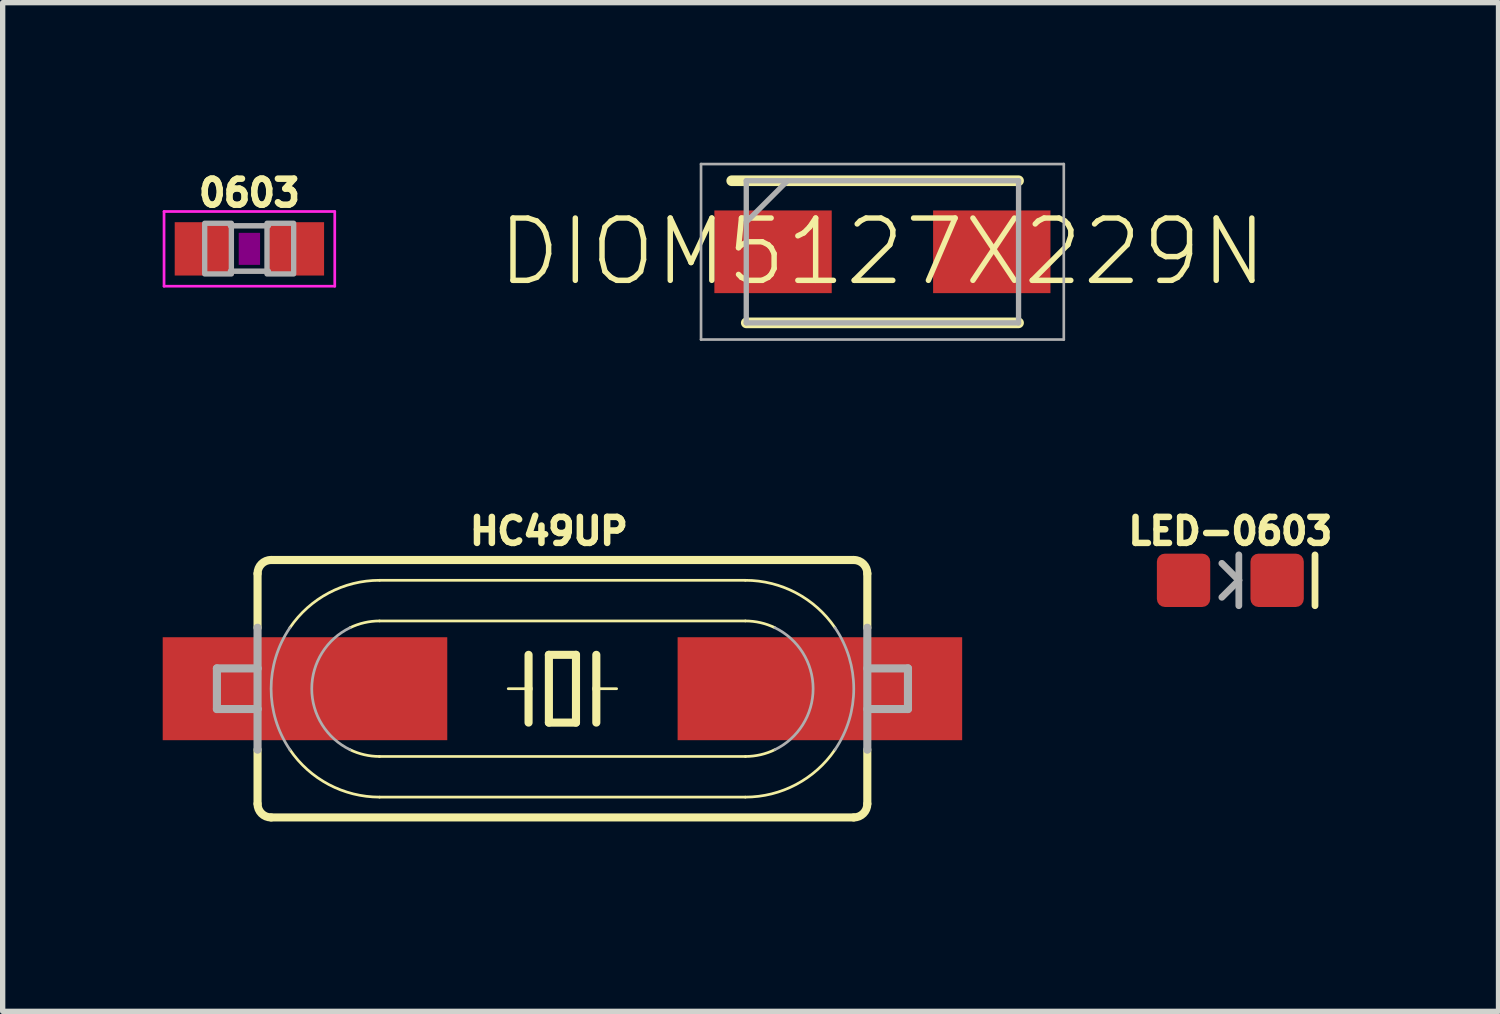
<source format=kicad_pcb>
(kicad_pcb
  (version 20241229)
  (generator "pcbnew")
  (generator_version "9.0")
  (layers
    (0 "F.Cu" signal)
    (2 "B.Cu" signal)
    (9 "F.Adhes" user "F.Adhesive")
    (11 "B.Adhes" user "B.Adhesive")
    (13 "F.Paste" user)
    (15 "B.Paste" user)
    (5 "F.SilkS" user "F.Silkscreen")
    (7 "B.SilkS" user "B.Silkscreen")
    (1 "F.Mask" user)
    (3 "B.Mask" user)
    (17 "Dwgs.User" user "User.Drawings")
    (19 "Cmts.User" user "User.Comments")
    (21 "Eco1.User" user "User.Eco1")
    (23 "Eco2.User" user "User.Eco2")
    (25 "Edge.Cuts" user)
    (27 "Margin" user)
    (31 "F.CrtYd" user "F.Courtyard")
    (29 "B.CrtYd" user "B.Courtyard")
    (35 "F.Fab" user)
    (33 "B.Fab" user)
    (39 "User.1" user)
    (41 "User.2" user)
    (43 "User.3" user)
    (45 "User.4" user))
  (footprint "0603"
    (layer "F.Cu")
    (at 1.625 1.615)
    (property "Reference" "0603" (at 0 -0.762 0) (layer "F.SilkS") (effects (font (size 0.488 0.488) (thickness 0.122)) (justify bottom)))
    (fp_poly (pts (xy -0.2 0.3) (xy 0.2 0.3) (xy 0.2 -0.3) (xy -0.2 -0.3)) (stroke (width 0) (type solid)) (fill yes) (layer "F.Adhes"))
    (fp_line (start -1.6 -0.7) (end 1.6 -0.7) (stroke (width 0.051) (type solid)) (layer "F.CrtYd"))
    (fp_line (start -1.6 0.7) (end -1.6 -0.7) (stroke (width 0.051) (type solid)) (layer "F.CrtYd"))
    (fp_line (start 1.6 -0.7) (end 1.6 0.7) (stroke (width 0.051) (type solid)) (layer "F.CrtYd"))
    (fp_line (start 1.6 0.7) (end -1.6 0.7) (stroke (width 0.051) (type solid)) (layer "F.CrtYd"))
    (fp_line (start -0.356 -0.432) (end 0.356 -0.432) (stroke (width 0.102) (type solid)) (layer "F.Fab"))
    (fp_line (start -0.356 0.419) (end 0.356 0.419) (stroke (width 0.102) (type solid)) (layer "F.Fab"))
    (fp_poly (pts (xy -0.838 0.47) (xy -0.338 0.47) (xy -0.338 -0.48) (xy -0.838 -0.48)) (stroke (width 0.1) (type solid)) (fill no) (layer "F.Fab"))
    (fp_poly (pts (xy 0.33 0.47) (xy 0.83 0.47) (xy 0.83 -0.48) (xy 0.33 -0.48)) (stroke (width 0.1) (type solid)) (fill no) (layer "F.Fab"))
    (pad "1" smd rect (at -0.85 0) (size 1.1 1) (layers "F.Cu" "F.Mask" "F.Paste"))
    (pad "2" smd rect (at 0.85 0) (size 1.1 1) (layers "F.Cu" "F.Mask" "F.Paste")))
  (footprint "DIOM5127X229N"
    (layer "F.Cu")
    (at 13.491 1.67)
    (property "Reference" "DIOM5127X229N" (at 0 0 0) (layer "F.SilkS") (effects (font (size 1.168 1.168) (thickness 0.102))))
    (fp_line (start -2.552 1.332) (end 2.552 1.332) (stroke (width 0.2) (type solid)) (layer "F.SilkS"))
    (fp_line (start 2.552 -1.332) (end -2.825 -1.332) (stroke (width 0.2) (type solid)) (layer "F.SilkS"))
    (fp_line (start -3.4 -1.645) (end 3.4 -1.645) (stroke (width 0.05) (type solid)) (layer "F.Fab"))
    (fp_line (start -3.4 1.645) (end -3.4 -1.645) (stroke (width 0.05) (type solid)) (layer "F.Fab"))
    (fp_line (start -2.552 -1.332) (end 2.552 -1.332) (stroke (width 0.1) (type solid)) (layer "F.Fab"))
    (fp_line (start -2.552 -0.558) (end -1.778 -1.332) (stroke (width 0.1) (type solid)) (layer "F.Fab"))
    (fp_line (start -2.552 1.332) (end -2.552 -1.332) (stroke (width 0.1) (type solid)) (layer "F.Fab"))
    (fp_line (start 2.552 -1.332) (end 2.552 1.332) (stroke (width 0.1) (type solid)) (layer "F.Fab"))
    (fp_line (start 2.552 1.332) (end -2.552 1.332) (stroke (width 0.1) (type solid)) (layer "F.Fab"))
    (fp_line (start 3.4 -1.645) (end 3.4 1.645) (stroke (width 0.05) (type solid)) (layer "F.Fab"))
    (fp_line (start 3.4 1.645) (end -3.4 1.645) (stroke (width 0.05) (type solid)) (layer "F.Fab"))
    (pad "1" smd rect (at -2.05 0) (size 2.2 1.55) (layers "F.Cu" "F.Mask" "F.Paste"))
    (pad "2" smd rect (at 2.05 0) (size 2.2 1.55) (layers "F.Cu" "F.Mask" "F.Paste")))
  (footprint "HC49UP"
    (layer "F.Cu")
    (at 7.493 9.86)
    (property "Reference" "HC49UP" (at -0.254 -2.667 0) (layer "F.SilkS") (effects (font (size 0.488 0.488) (thickness 0.122)) (justify bottom)))
    (fp_line (start -5.715 -1.143) (end -5.715 -2.159) (stroke (width 0.152) (type solid)) (layer "F.SilkS"))
    (fp_line (start -5.715 2.159) (end -5.715 1.143) (stroke (width 0.152) (type solid)) (layer "F.SilkS"))
    (fp_line (start -3.429 -2.032) (end 3.429 -2.032) (stroke (width 0.051) (type solid)) (layer "F.SilkS"))
    (fp_line (start -3.429 -1.27) (end 3.429 -1.27) (stroke (width 0.051) (type solid)) (layer "F.SilkS"))
    (fp_line (start -0.635 -0.635) (end -0.635 0) (stroke (width 0.152) (type solid)) (layer "F.SilkS"))
    (fp_line (start -0.635 0) (end -1.016 0) (stroke (width 0.051) (type solid)) (layer "F.SilkS"))
    (fp_line (start -0.635 0) (end -0.635 0.635) (stroke (width 0.152) (type solid)) (layer "F.SilkS"))
    (fp_line (start -0.254 -0.635) (end -0.254 0.635) (stroke (width 0.152) (type solid)) (layer "F.SilkS"))
    (fp_line (start -0.254 0.635) (end 0.254 0.635) (stroke (width 0.152) (type solid)) (layer "F.SilkS"))
    (fp_line (start 0.254 -0.635) (end -0.254 -0.635) (stroke (width 0.152) (type solid)) (layer "F.SilkS"))
    (fp_line (start 0.254 0.635) (end 0.254 -0.635) (stroke (width 0.152) (type solid)) (layer "F.SilkS"))
    (fp_line (start 0.635 -0.635) (end 0.635 0) (stroke (width 0.152) (type solid)) (layer "F.SilkS"))
    (fp_line (start 0.635 0) (end 0.635 0.635) (stroke (width 0.152) (type solid)) (layer "F.SilkS"))
    (fp_line (start 0.635 0) (end 1.016 0) (stroke (width 0.051) (type solid)) (layer "F.SilkS"))
    (fp_line (start 3.429 1.27) (end -3.429 1.27) (stroke (width 0.051) (type solid)) (layer "F.SilkS"))
    (fp_line (start 3.429 2.032) (end -3.429 2.032) (stroke (width 0.051) (type solid)) (layer "F.SilkS"))
    (fp_line (start 5.461 -2.413) (end -5.461 -2.413) (stroke (width 0.152) (type solid)) (layer "F.SilkS"))
    (fp_line (start 5.461 2.413) (end -5.461 2.413) (stroke (width 0.152) (type solid)) (layer "F.SilkS"))
    (fp_line (start 5.715 -1.143) (end 5.715 -2.159) (stroke (width 0.152) (type solid)) (layer "F.SilkS"))
    (fp_line (start 5.715 2.159) (end 5.715 1.143) (stroke (width 0.152) (type solid)) (layer "F.SilkS"))
    (fp_arc (start -5.715 -2.159) (mid -5.640605 -2.338605) (end -5.461 -2.413) (stroke (width 0.1524) (type solid)) (layer "F.SilkS"))
    (fp_arc (start -5.461 2.413) (mid -5.640605 2.338605) (end -5.715 2.159) (stroke (width 0.1524) (type solid)) (layer "F.SilkS"))
    (fp_arc (start -5.1091 -1.143) (mid -4.379417 -1.796107) (end -3.429 -2.032101) (stroke (width 0.0508) (type solid)) (layer "F.SilkS"))
    (fp_arc (start -3.9826 -1.143) (mid -3.712991 -1.237845) (end -3.429 -1.27) (stroke (width 0.0508) (type solid)) (layer "F.SilkS"))
    (fp_arc (start -3.429 1.27) (mid -3.712991 1.237845) (end -3.9826 1.143) (stroke (width 0.0508) (type solid)) (layer "F.SilkS"))
    (fp_arc (start -3.429 2.032001) (mid -4.379408 1.796063) (end -5.1091 1.143) (stroke (width 0.0508) (type solid)) (layer "F.SilkS"))
    (fp_arc (start 3.429 -2.032) (mid 4.379408 -1.796062) (end 5.1091 -1.142999) (stroke (width 0.0508) (type solid)) (layer "F.SilkS"))
    (fp_arc (start 3.429 -1.27) (mid 3.712991 -1.237845) (end 3.9826 -1.143) (stroke (width 0.0508) (type solid)) (layer "F.SilkS"))
    (fp_arc (start 3.9826 1.143) (mid 3.712991 1.237845) (end 3.429 1.27) (stroke (width 0.0508) (type solid)) (layer "F.SilkS"))
    (fp_arc (start 5.109 1.142899) (mid 4.379368 1.795994) (end 3.429 2.032) (stroke (width 0.0508) (type solid)) (layer "F.SilkS"))
    (fp_arc (start 5.461 -2.413) (mid 5.640605 -2.338605) (end 5.715 -2.159) (stroke (width 0.1524) (type solid)) (layer "F.SilkS"))
    (fp_arc (start 5.715 2.159) (mid 5.640605 2.338605) (end 5.461 2.413) (stroke (width 0.1524) (type solid)) (layer "F.SilkS"))
    (fp_line (start -6.477 0.381) (end -6.477 -0.381) (stroke (width 0.152) (type solid)) (layer "F.Fab"))
    (fp_line (start -5.715 -0.381) (end -6.477 -0.381) (stroke (width 0.152) (type solid)) (layer "F.Fab"))
    (fp_line (start -5.715 -0.381) (end -5.715 -1.143) (stroke (width 0.152) (type solid)) (layer "F.Fab"))
    (fp_line (start -5.715 0.381) (end -6.477 0.381) (stroke (width 0.152) (type solid)) (layer "F.Fab"))
    (fp_line (start -5.715 0.381) (end -5.715 -0.381) (stroke (width 0.152) (type solid)) (layer "F.Fab"))
    (fp_line (start -5.715 1.143) (end -5.715 0.381) (stroke (width 0.152) (type solid)) (layer "F.Fab"))
    (fp_line (start 5.715 -0.381) (end 6.477 -0.381) (stroke (width 0.152) (type solid)) (layer "F.Fab"))
    (fp_line (start 5.715 0.381) (end 6.477 0.381) (stroke (width 0.152) (type solid)) (layer "F.Fab"))
    (fp_line (start 5.715 1.143) (end 5.715 -1.143) (stroke (width 0.152) (type solid)) (layer "F.Fab"))
    (fp_line (start 6.477 0.381) (end 6.477 -0.381) (stroke (width 0.152) (type solid)) (layer "F.Fab"))
    (fp_arc (start -5.1091 1.143) (mid -5.46104 0) (end -5.1091 -1.143) (stroke (width 0.0508) (type solid)) (layer "F.Fab"))
    (fp_arc (start -3.9826 1.143) (mid -4.699009 0) (end -3.9826 -1.143) (stroke (width 0.0508) (type solid)) (layer "F.Fab"))
    (fp_arc (start 3.9826 -1.143) (mid 4.699009 0) (end 3.9826 1.143) (stroke (width 0.0508) (type solid)) (layer "F.Fab"))
    (fp_arc (start 5.1091 -1.143) (mid 5.46104 0) (end 5.1091 1.143) (stroke (width 0.0508) (type solid)) (layer "F.Fab"))
    (pad "1" smd rect (at -4.826 0) (size 5.334 1.93) (layers "F.Cu" "F.Mask" "F.Paste"))
    (pad "2" smd rect (at 4.826 0) (size 5.334 1.93) (layers "F.Cu" "F.Mask" "F.Paste"))
    (zone (net_name "") (layers "F.Cu" "B.Cu") (hatch edge 0.508) (connect_pads) (min_thickness 0.254) (filled_areas_thickness no) (keepout (tracks allowed) (vias not_allowed) (pads allowed) (copperpour allowed) (footprints allowed)) (placement (enabled no)) (fill) (polygon (pts (xy 0.889 12.908) (xy 14.097 12.908) (xy 14.097 6.812) (xy 0.889 6.812)))))
  (footprint "LED-0603"
    (layer "F.Cu")
    (at 20.013 7.828)
    (property "Reference" "LED-0603" (at 0 -0.635 0) (layer "F.SilkS") (effects (font (size 0.488 0.488) (thickness 0.122)) (justify bottom)))
    (fp_line (start 1.587 -0.476) (end 1.587 0.476) (stroke (width 0.127) (type solid)) (layer "F.SilkS"))
    (fp_line (start 0.159 -0.476) (end 0.159 0) (stroke (width 0.127) (type solid)) (layer "F.Fab"))
    (fp_line (start 0.159 0) (end -0.159 -0.318) (stroke (width 0.127) (type solid)) (layer "F.Fab"))
    (fp_line (start 0.159 0) (end -0.159 0.318) (stroke (width 0.127) (type solid)) (layer "F.Fab"))
    (fp_line (start 0.159 0) (end 0.159 0.476) (stroke (width 0.127) (type solid)) (layer "F.Fab"))
    (pad "A" smd roundrect (at -0.877 0 270) (size 1 1) (layers "F.Cu" "F.Mask" "F.Paste") (roundrect_rratio 0.15))
    (pad "C" smd roundrect (at 0.877 0 270) (size 1 1) (layers "F.Cu" "F.Mask" "F.Paste") (roundrect_rratio 0.15)))
  (gr_rect
    (start -3 -3)
    (end 25.04 15.908)
    (stroke (width 0.1) (type default))
    (fill no)
    (layer "Edge.Cuts")))
</source>
